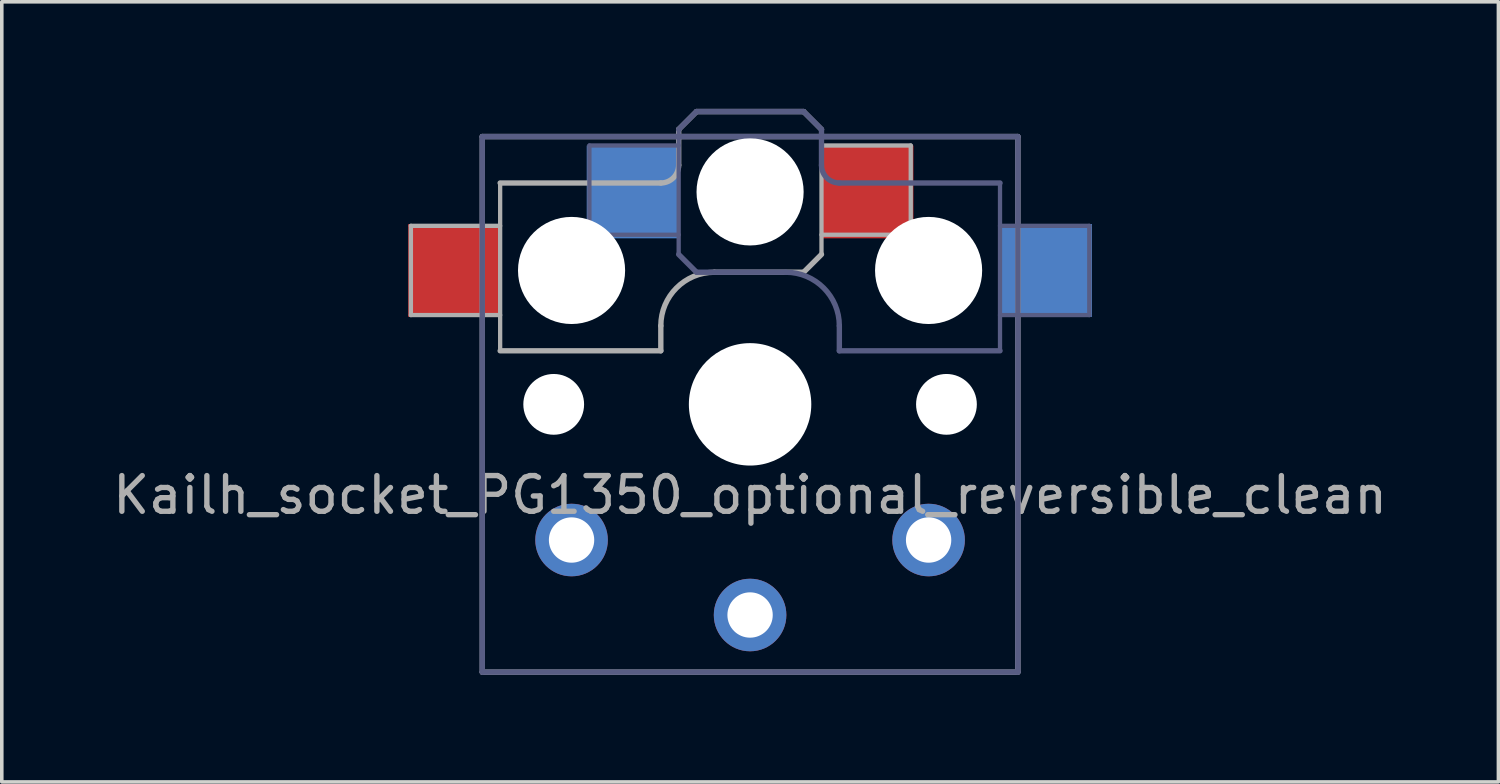
<source format=kicad_pcb>
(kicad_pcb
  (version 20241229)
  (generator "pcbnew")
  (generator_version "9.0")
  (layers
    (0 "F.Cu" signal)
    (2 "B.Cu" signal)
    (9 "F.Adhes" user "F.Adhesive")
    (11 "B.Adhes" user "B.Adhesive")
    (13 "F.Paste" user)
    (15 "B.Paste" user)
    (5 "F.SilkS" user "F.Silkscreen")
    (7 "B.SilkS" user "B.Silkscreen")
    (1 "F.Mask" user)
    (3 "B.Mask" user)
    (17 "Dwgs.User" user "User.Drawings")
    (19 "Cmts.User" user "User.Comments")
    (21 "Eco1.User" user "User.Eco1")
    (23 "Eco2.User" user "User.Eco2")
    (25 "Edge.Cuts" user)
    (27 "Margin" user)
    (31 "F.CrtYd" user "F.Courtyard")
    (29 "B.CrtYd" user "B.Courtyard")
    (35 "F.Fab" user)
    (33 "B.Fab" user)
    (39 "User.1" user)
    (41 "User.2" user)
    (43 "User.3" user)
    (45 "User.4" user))
  (footprint "Kailh_socket_PG1350_optional_reversible_clean"
    (layer "F.Cu")
    (at 17.958 8.275)
    (property "Reference" "Kailh_socket_PG1350_optional_reversible_clean" (at 0 2.54 0) (layer "F.Fab") (effects (font (size 1 1) (thickness 0.15))))
    (attr through_hole)
    (fp_line (start -6.9 6.9) (end -6.9 -6.9) (stroke (width 0.15) (type solid)) (layer "Eco2.User"))
    (fp_line (start -6.9 6.9) (end 6.9 6.9) (stroke (width 0.15) (type solid)) (layer "Eco2.User"))
    (fp_line (start -2.6 -3.1) (end -2.6 -6.3) (stroke (width 0.15) (type solid)) (layer "Eco2.User"))
    (fp_line (start -2.6 -3.1) (end 2.6 -3.1) (stroke (width 0.15) (type solid)) (layer "Eco2.User"))
    (fp_line (start 2.6 -6.3) (end -2.6 -6.3) (stroke (width 0.15) (type solid)) (layer "Eco2.User"))
    (fp_line (start 2.6 -3.1) (end 2.6 -6.3) (stroke (width 0.15) (type solid)) (layer "Eco2.User"))
    (fp_line (start 6.9 -6.9) (end -6.9 -6.9) (stroke (width 0.15) (type solid)) (layer "Eco2.User"))
    (fp_line (start 6.9 -6.9) (end 6.9 6.9) (stroke (width 0.15) (type solid)) (layer "Eco2.User"))
    (fp_line (start -7.5 -7.5) (end 7.5 -7.5) (stroke (width 0.15) (type solid)) (layer "B.Fab"))
    (fp_line (start -7.5 7.5) (end -7.5 -7.5) (stroke (width 0.15) (type solid)) (layer "B.Fab"))
    (fp_line (start -4.5 -7.25) (end -2 -7.25) (stroke (width 0.12) (type solid)) (layer "B.Fab"))
    (fp_line (start -4.5 -4.75) (end -4.5 -7.25) (stroke (width 0.12) (type solid)) (layer "B.Fab"))
    (fp_line (start -2 -7.7) (end -1.5 -8.2) (stroke (width 0.15) (type solid)) (layer "B.Fab"))
    (fp_line (start -2 -4.75) (end -4.5 -4.75) (stroke (width 0.12) (type solid)) (layer "B.Fab"))
    (fp_line (start -2 -4.25) (end -2 -7.7) (stroke (width 0.12) (type solid)) (layer "B.Fab"))
    (fp_line (start -2 -4.2) (end -1.5 -3.7) (stroke (width 0.15) (type solid)) (layer "B.Fab"))
    (fp_line (start -1.5 -8.2) (end 1.5 -8.2) (stroke (width 0.15) (type solid)) (layer "B.Fab"))
    (fp_line (start -1.5 -3.7) (end 1 -3.7) (stroke (width 0.15) (type solid)) (layer "B.Fab"))
    (fp_line (start 1.5 -8.2) (end 2 -7.7) (stroke (width 0.15) (type solid)) (layer "B.Fab"))
    (fp_line (start 2 -6.7) (end 2 -7.7) (stroke (width 0.15) (type solid)) (layer "B.Fab"))
    (fp_line (start 2.5 -2.2) (end 2.5 -1.5) (stroke (width 0.15) (type solid)) (layer "B.Fab"))
    (fp_line (start 2.5 -1.5) (end 7 -1.5) (stroke (width 0.15) (type solid)) (layer "B.Fab"))
    (fp_line (start 7 -6.2) (end 2.5 -6.2) (stroke (width 0.15) (type solid)) (layer "B.Fab"))
    (fp_line (start 7 -5) (end 9.5 -5) (stroke (width 0.12) (type solid)) (layer "B.Fab"))
    (fp_line (start 7 -1.5) (end 7 -6.2) (stroke (width 0.12) (type solid)) (layer "B.Fab"))
    (fp_line (start 7.5 -7.5) (end 7.5 7.5) (stroke (width 0.15) (type solid)) (layer "B.Fab"))
    (fp_line (start 7.5 7.5) (end -7.5 7.5) (stroke (width 0.15) (type solid)) (layer "B.Fab"))
    (fp_line (start 9.5 -5) (end 9.5 -2.5) (stroke (width 0.12) (type solid)) (layer "B.Fab"))
    (fp_line (start 9.5 -2.5) (end 7 -2.5) (stroke (width 0.12) (type solid)) (layer "B.Fab"))
    (fp_arc (start 1 -3.7) (mid 2.06066 -3.26066) (end 2.5 -2.2) (stroke (width 0.15) (type solid)) (layer "B.Fab"))
    (fp_arc (start 2.5 -6.2) (mid 2.146447 -6.346447) (end 2 -6.7) (stroke (width 0.15) (type solid)) (layer "B.Fab"))
    (fp_line (start -9.5 -5) (end -9.5 -2.5) (stroke (width 0.12) (type solid)) (layer "F.Fab"))
    (fp_line (start -9.5 -2.5) (end -7 -2.5) (stroke (width 0.12) (type solid)) (layer "F.Fab"))
    (fp_line (start -7.5 -7.5) (end 7.5 -7.5) (stroke (width 0.15) (type solid)) (layer "F.Fab"))
    (fp_line (start -7.5 7.5) (end -7.5 -7.5) (stroke (width 0.15) (type solid)) (layer "F.Fab"))
    (fp_line (start -7 -6.2) (end -2.5 -6.2) (stroke (width 0.15) (type solid)) (layer "F.Fab"))
    (fp_line (start -7 -5) (end -9.5 -5) (stroke (width 0.12) (type solid)) (layer "F.Fab"))
    (fp_line (start -7 -1.5) (end -7 -6.2) (stroke (width 0.12) (type solid)) (layer "F.Fab"))
    (fp_line (start -2.5 -2.2) (end -2.5 -1.5) (stroke (width 0.15) (type solid)) (layer "F.Fab"))
    (fp_line (start -2.5 -1.5) (end -7 -1.5) (stroke (width 0.15) (type solid)) (layer "F.Fab"))
    (fp_line (start -2 -6.7) (end -2 -7.7) (stroke (width 0.15) (type solid)) (layer "F.Fab"))
    (fp_line (start -1.5 -8.2) (end -2 -7.7) (stroke (width 0.15) (type solid)) (layer "F.Fab"))
    (fp_line (start 1.5 -8.2) (end -1.5 -8.2) (stroke (width 0.15) (type solid)) (layer "F.Fab"))
    (fp_line (start 1.5 -3.7) (end -1 -3.7) (stroke (width 0.15) (type solid)) (layer "F.Fab"))
    (fp_line (start 2 -7.7) (end 1.5 -8.2) (stroke (width 0.15) (type solid)) (layer "F.Fab"))
    (fp_line (start 2 -4.75) (end 4.5 -4.75) (stroke (width 0.12) (type solid)) (layer "F.Fab"))
    (fp_line (start 2 -4.25) (end 2 -7.7) (stroke (width 0.12) (type solid)) (layer "F.Fab"))
    (fp_line (start 2 -4.2) (end 1.5 -3.7) (stroke (width 0.15) (type solid)) (layer "F.Fab"))
    (fp_line (start 4.5 -7.25) (end 2 -7.25) (stroke (width 0.12) (type solid)) (layer "F.Fab"))
    (fp_line (start 4.5 -4.75) (end 4.5 -7.25) (stroke (width 0.12) (type solid)) (layer "F.Fab"))
    (fp_line (start 7.5 -7.5) (end 7.5 7.5) (stroke (width 0.15) (type solid)) (layer "F.Fab"))
    (fp_line (start 7.5 7.5) (end -7.5 7.5) (stroke (width 0.15) (type solid)) (layer "F.Fab"))
    (fp_arc (start -2.5 -2.2) (mid -2.06066 -3.26066) (end -1 -3.7) (stroke (width 0.15) (type solid)) (layer "F.Fab"))
    (fp_arc (start -2 -6.7) (mid -2.146447 -6.346447) (end -2.5 -6.2) (stroke (width 0.15) (type solid)) (layer "F.Fab"))
    (pad "" np_thru_hole circle (at -5.5 0) (size 1.702 1.702) (drill 1.702) (layers "*.Cu" "*.Mask"))
    (pad "" np_thru_hole circle (at -5 -3.75) (size 3 3) (drill 3) (layers "*.Cu" "*.Mask"))
    (pad "" np_thru_hole circle (at 0 -5.95) (size 3 3) (drill 3) (layers "*.Cu" "*.Mask"))
    (pad "" np_thru_hole circle (at 0 0) (size 3.429 3.429) (drill 3.429) (layers "*.Cu" "*.Mask"))
    (pad "" np_thru_hole circle (at 5 -3.75) (size 3 3) (drill 3) (layers "*.Cu" "*.Mask"))
    (pad "" np_thru_hole circle (at 5.5 0) (size 1.702 1.702) (drill 1.702) (layers "*.Cu" "*.Mask"))
    (pad "1" smd rect (at -3.275 -5.95) (size 2.6 2.6) (layers "B.Cu" "B.Mask" "B.Paste"))
    (pad "1" thru_hole circle (at 0 5.9) (size 2.032 2.032) (drill 1.27) (layers "*.Cu" "*.Mask"))
    (pad "1" smd rect (at 3.275 -5.95) (size 2.6 2.6) (layers "F.Cu" "F.Mask" "F.Paste"))
    (pad "2" smd rect (at -8.275 -3.75) (size 2.6 2.6) (layers "F.Cu" "F.Mask" "F.Paste"))
    (pad "2" thru_hole circle (at -5 3.8) (size 2.032 2.032) (drill 1.27) (layers "*.Cu" "*.Mask"))
    (pad "2" thru_hole circle (at 5 3.8) (size 2.032 2.032) (drill 1.27) (layers "*.Cu" "*.Mask"))
    (pad "2" smd rect (at 8.275 -3.75) (size 2.6 2.6) (layers "B.Cu" "B.Mask" "B.Paste")))
  (gr_rect
    (start -3 -3)
    (end 38.917 18.85)
    (stroke (width 0.1) (type default))
    (fill no)
    (layer "Edge.Cuts")))
</source>
